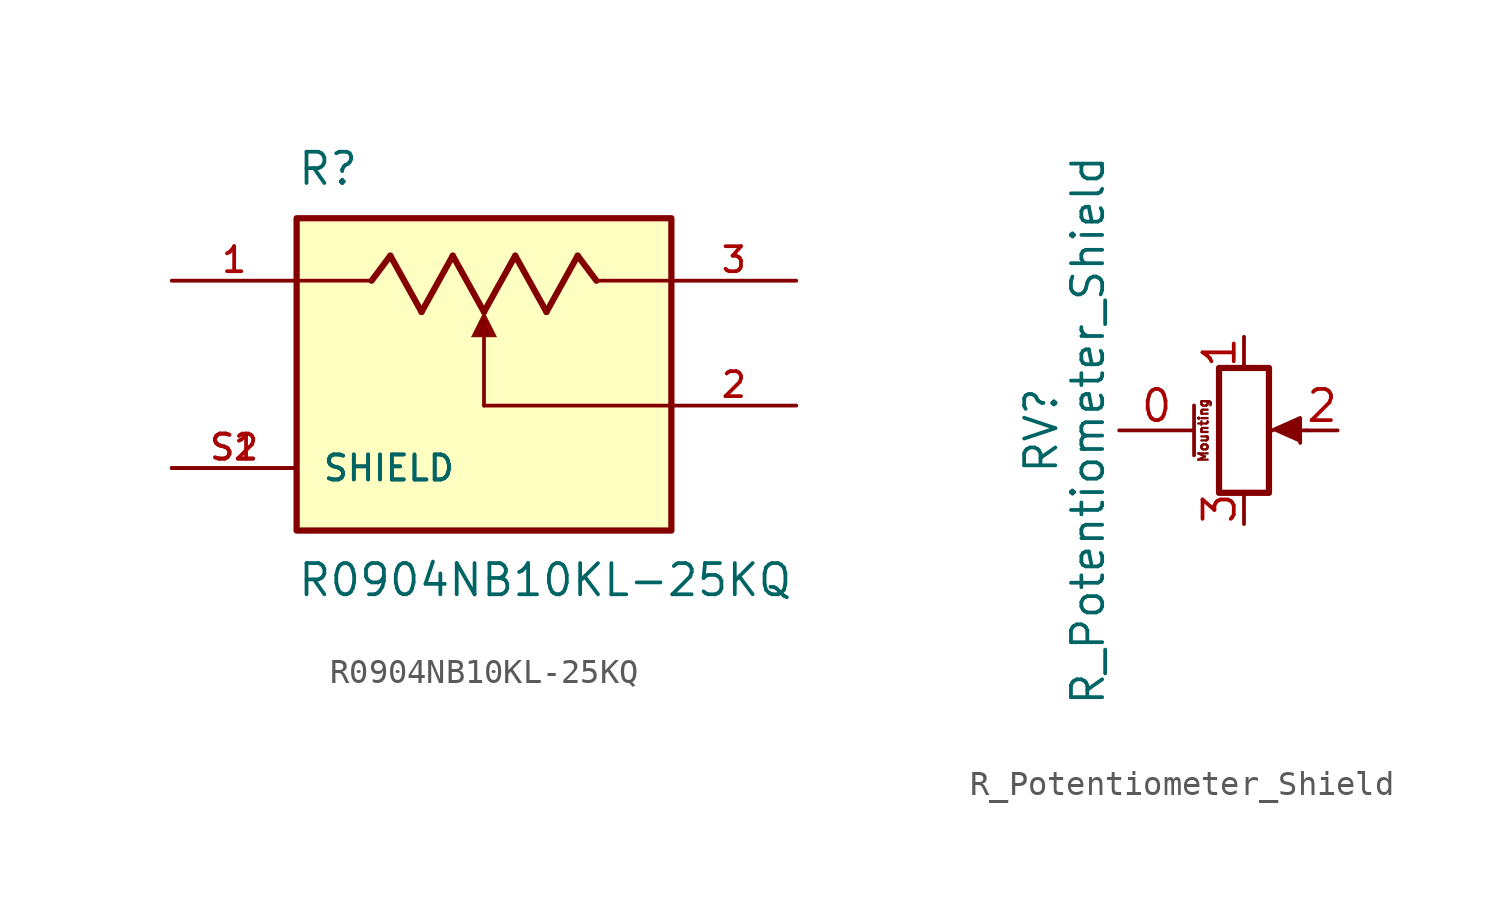
<source format=kicad_sym>
(kicad_symbol_lib
  (version 20211014)
  (generator kicad_symbol_editor)
  (symbol "R0904NB10KL-25KQ"
    (pin_names
      (offset 1.016))
    (property "Reference" "R"
      (at -7.62 6.35 0)
      (effects (font (size 1.27 1.27)) (justify left bottom)))
    (property "Value" "R0904NB10KL-25KQ"
      (at -7.62 -8.89 0)
      (effects (font (size 1.27 1.27)) (justify left top)))
    (symbol "R0904NB10KL-25KQ_0_0"
      (rectangle (start -7.62 -7.62) (end 7.62 5.08) (stroke (width 0.254) (type default) (color 0 0 0 0)) (fill (type background)))
      (polyline (pts (xy -4.572 2.54) (xy -7.62 2.54)) (stroke (width 0.152) (type default) (color 0 0 0 0)) (fill (type none)))
      (polyline (pts (xy -4.572 2.54) (xy -3.81 3.556)) (stroke (width 0.254) (type default) (color 0 0 0 0)) (fill (type none)))
      (polyline (pts (xy -3.81 3.556) (xy -2.54 1.27)) (stroke (width 0.254) (type default) (color 0 0 0 0)) (fill (type none)))
      (polyline (pts (xy -2.54 1.27) (xy -1.27 3.556)) (stroke (width 0.254) (type default) (color 0 0 0 0)) (fill (type none)))
      (polyline (pts (xy -1.27 3.556) (xy 0 1.27)) (stroke (width 0.254) (type default) (color 0 0 0 0)) (fill (type none)))
      (polyline (pts (xy 0 -2.54) (xy 0 0.254)) (stroke (width 0.152) (type default) (color 0 0 0 0)) (fill (type none)))
      (polyline (pts (xy 0 1.27) (xy 1.27 3.556)) (stroke (width 0.254) (type default) (color 0 0 0 0)) (fill (type none)))
      (polyline (pts (xy 1.27 3.556) (xy 2.54 1.27)) (stroke (width 0.254) (type default) (color 0 0 0 0)) (fill (type none)))
      (polyline (pts (xy 2.54 1.27) (xy 3.81 3.556)) (stroke (width 0.254) (type default) (color 0 0 0 0)) (fill (type none)))
      (polyline (pts (xy 3.81 3.556) (xy 4.572 2.54)) (stroke (width 0.254) (type default) (color 0 0 0 0)) (fill (type none)))
      (polyline (pts (xy 4.572 2.54) (xy 7.62 2.54)) (stroke (width 0.152) (type default) (color 0 0 0 0)) (fill (type none)))
      (polyline (pts (xy 7.62 -2.54) (xy 0 -2.54)) (stroke (width 0.152) (type default) (color 0 0 0 0)) (fill (type none)))
      (polyline (pts (xy -0.508 0.254) (xy 0.508 0.254) (xy 0 1.27) (xy -0.508 0.254)) (stroke (width 0.025) (type default) (color 0 0 0 0)) (fill (type outline)))
      (pin passive line (at -12.7 2.54 0) (length 5.08) (name "~" (effects (font (size 1.016 1.016)))) (number "1" (effects (font (size 1.016 1.016)))))
      (pin passive line (at 12.7 -2.54 180) (length 5.08) (name "~" (effects (font (size 1.016 1.016)))) (number "2" (effects (font (size 1.016 1.016)))))
      (pin passive line (at 12.7 2.54 180) (length 5.08) (name "~" (effects (font (size 1.016 1.016)))) (number "3" (effects (font (size 1.016 1.016)))))
      (pin passive line (at -12.7 -5.08 0) (length 5.08) (name "SHIELD" (effects (font (size 1.016 1.016)))) (number "S1" (effects (font (size 1.016 1.016)))))
      (pin passive line (at -12.7 -5.08 0) (length 5.08) (name "SHIELD" (effects (font (size 1.016 1.016)))) (number "S2" (effects (font (size 1.016 1.016)))))))
  (symbol "R_Potentiometer_Shield"
    (pin_names
      (offset 1.016) hide)
    (property "Reference" "RV"
      (at -8.255 0 90)
      (effects (font (size 1.27 1.27))))
    (property "Value" "R_Potentiometer_Shield"
      (at -6.35 0 90)
      (effects (font (size 1.27 1.27))))
    (symbol "R_Potentiometer_Shield_0_1"
      (polyline (pts (xy 2.54 0) (xy 1.524 0)) (stroke (width 0) (type default) (color 0 0 0 0)) (fill (type none)))
      (polyline (pts (xy 1.143 0) (xy 2.286 0.508) (xy 2.286 -0.508)) (stroke (width 0) (type default) (color 0 0 0 0)) (fill (type outline)))
      (rectangle (start 1.016 2.54) (end -1.016 -2.54) (stroke (width 0.254) (type default) (color 0 0 0 0)) (fill (type none))))
    (symbol "R_Potentiometer_Shield_1_1"
      (polyline (pts (xy -2.032 1.016) (xy -2.032 -1.016)) (stroke (width 0.152) (type default) (color 0 0 0 0)) (fill (type none)))
      (text "Mounting" (at -1.651 0 900) (effects (font (size 0.381 0.381))))
      (pin passive line (at -5.08 0 0) (length 3.048) (name "ShieldPin" (effects (font (size 1.27 1.27)))) (number "0" (effects (font (size 1.27 1.27)))))
      (pin passive line (at 0 3.81 270) (length 1.27) (name "1" (effects (font (size 1.27 1.27)))) (number "1" (effects (font (size 1.27 1.27)))))
      (pin passive line (at 3.81 0 180) (length 1.27) (name "2" (effects (font (size 1.27 1.27)))) (number "2" (effects (font (size 1.27 1.27)))))
      (pin passive line (at 0 -3.81 90) (length 1.27) (name "3" (effects (font (size 1.27 1.27)))) (number "3" (effects (font (size 1.27 1.27))))))))
</source>
